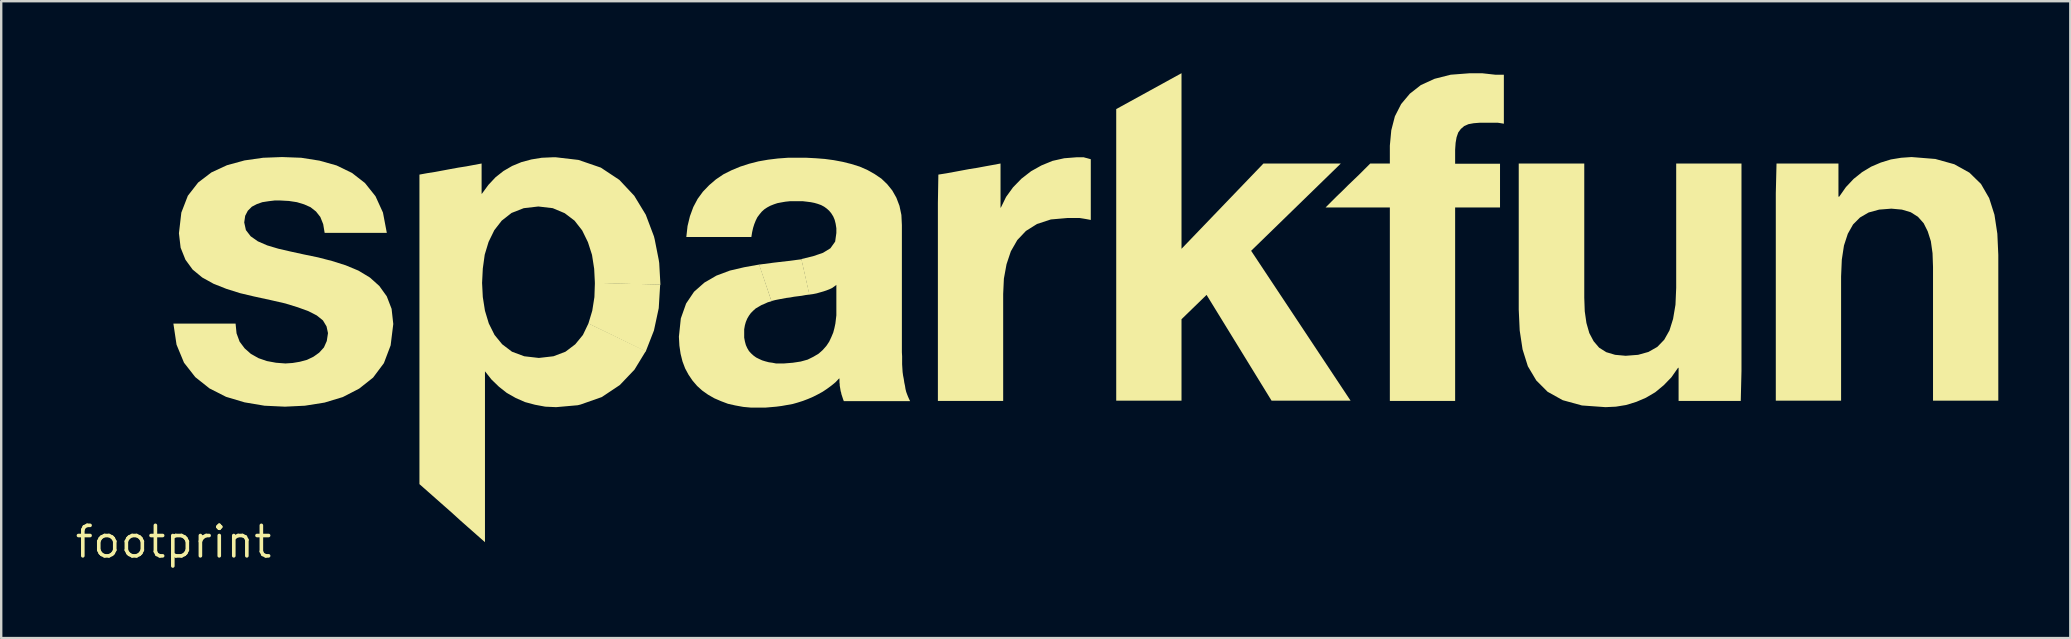
<source format=kicad_pcb>
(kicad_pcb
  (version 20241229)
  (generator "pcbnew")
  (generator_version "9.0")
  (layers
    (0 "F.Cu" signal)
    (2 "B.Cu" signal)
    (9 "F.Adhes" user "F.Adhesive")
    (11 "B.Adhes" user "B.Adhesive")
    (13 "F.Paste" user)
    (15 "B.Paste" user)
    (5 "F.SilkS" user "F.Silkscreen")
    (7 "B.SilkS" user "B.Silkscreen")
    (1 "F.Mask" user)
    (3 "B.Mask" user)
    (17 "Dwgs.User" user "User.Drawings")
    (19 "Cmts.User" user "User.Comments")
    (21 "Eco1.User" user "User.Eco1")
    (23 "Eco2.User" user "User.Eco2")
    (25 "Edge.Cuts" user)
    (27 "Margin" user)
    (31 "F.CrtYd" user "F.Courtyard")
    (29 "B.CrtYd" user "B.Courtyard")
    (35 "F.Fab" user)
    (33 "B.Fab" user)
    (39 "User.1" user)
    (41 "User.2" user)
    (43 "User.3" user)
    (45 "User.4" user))
  (footprint "footprint"
    (layer "F.Cu")
    (at 4.18 19.528)
    (property "Reference" "footprint" (at 0 0 0) (layer "F.SilkS") (effects (font (size 1.27 1.27) (thickness 0.15))))
    (fp_poly (pts (xy 20.275 -10.725) (xy 20.215 -9.739) (xy 20.015 -8.809) (xy 19.673 -7.933) (xy 17.284 -9.097) (xy 17.445 -9.631) (xy 17.535 -10.2) (xy 17.555 -10.795)) (stroke (width 0) (type solid)) (fill yes) (layer "F.SilkS"))
    (fp_poly (pts (xy 41.995 -12.212) (xy 45.408 -15.765) (xy 48.632 -15.765) (xy 44.896 -12.129) (xy 49.039 -5.885) (xy 45.747 -5.885) (xy 43.039 -10.292) (xy 41.995 -9.278) (xy 41.995 -5.885) (xy 39.275 -5.885) (xy 39.275 -18.033) (xy 41.995 -19.528)) (stroke (width 0) (type solid)) (fill yes) (layer "F.SilkS"))
    (fp_poly (pts (xy 26.496 -10.306) (xy 26.331 -10.285) (xy 26.171 -10.255) (xy 25.851 -10.215) (xy 25.691 -10.185) (xy 25.531 -10.165) (xy 25.211 -10.105) (xy 25.061 -10.075) (xy 24.907 -10.034) (xy 24.393 -11.554) (xy 25.009 -11.635) (xy 25.609 -11.705) (xy 26.164 -11.776)) (stroke (width 0) (type solid)) (fill yes) (layer "F.SilkS"))
    (fp_poly (pts (xy 37.991 -16.005) (xy 38.071 -15.985) (xy 38.141 -15.965) (xy 38.215 -15.944) (xy 38.215 -13.414) (xy 38.109 -13.435) (xy 37.999 -13.455) (xy 37.879 -13.475) (xy 37.75 -13.495) (xy 37.24 -13.495) (xy 36.551 -13.435) (xy 35.972 -13.245) (xy 35.513 -12.956) (xy 35.154 -12.577) (xy 34.885 -12.108) (xy 34.705 -11.569) (xy 34.595 -10.969) (xy 34.565 -10.33) (xy 34.565 -5.875) (xy 31.845 -5.875) (xy 31.845 -14.12) (xy 31.865 -15.304) (xy 32.189 -15.355) (xy 32.519 -15.415) (xy 32.839 -15.475) (xy 33.159 -15.535) (xy 33.479 -15.585) (xy 33.799 -15.645) (xy 34.129 -15.705) (xy 34.455 -15.766) (xy 34.455 -13.925) (xy 34.467 -13.925) (xy 34.686 -14.373) (xy 34.976 -14.773) (xy 35.327 -15.134) (xy 35.727 -15.444) (xy 36.158 -15.685) (xy 36.618 -15.875) (xy 37.109 -15.985) (xy 37.62 -16.025) (xy 37.921 -16.025)) (stroke (width 0) (type solid)) (fill yes) (layer "F.SilkS"))
    (fp_poly (pts (xy 54.711 -19.505) (xy 55.07 -19.465) (xy 55.425 -19.465) (xy 55.425 -17.424) (xy 55.299 -17.445) (xy 55.17 -17.465) (xy 54.43 -17.465) (xy 54.171 -17.445) (xy 53.951 -17.405) (xy 53.773 -17.326) (xy 53.634 -17.207) (xy 53.524 -17.058) (xy 53.455 -16.859) (xy 53.415 -16.629) (xy 53.395 -16.34) (xy 53.395 -15.755) (xy 55.265 -15.755) (xy 55.265 -13.935) (xy 53.395 -13.935) (xy 53.395 -5.875) (xy 50.675 -5.875) (xy 50.675 -13.935) (xy 47.998 -13.935) (xy 48.236 -14.174) (xy 48.467 -14.404) (xy 48.696 -14.624) (xy 48.927 -14.854) (xy 49.167 -15.084) (xy 49.396 -15.304) (xy 49.626 -15.534) (xy 49.858 -15.765) (xy 50.675 -15.765) (xy 50.675 -16.51) (xy 50.735 -17.151) (xy 50.885 -17.732) (xy 51.146 -18.243) (xy 51.507 -18.674) (xy 51.967 -19.034) (xy 52.538 -19.295) (xy 53.209 -19.465) (xy 53.99 -19.525) (xy 54.53 -19.525)) (stroke (width 0) (type solid)) (fill yes) (layer "F.SilkS"))
    (fp_poly (pts (xy 58.775 -10.18) (xy 58.795 -9.61) (xy 58.865 -9.121) (xy 58.985 -8.702) (xy 59.164 -8.363) (xy 59.393 -8.094) (xy 59.692 -7.905) (xy 60.061 -7.795) (xy 60.5 -7.755) (xy 61.019 -7.795) (xy 61.448 -7.915) (xy 61.817 -8.124) (xy 62.106 -8.423) (xy 62.325 -8.812) (xy 62.475 -9.291) (xy 62.575 -9.881) (xy 62.605 -10.58) (xy 62.605 -15.765) (xy 65.325 -15.765) (xy 65.325 -7.12) (xy 65.295 -5.875) (xy 62.705 -5.875) (xy 62.705 -7.255) (xy 62.683 -7.255) (xy 62.404 -6.857) (xy 62.083 -6.526) (xy 61.733 -6.236) (xy 61.342 -6.006) (xy 60.942 -5.835) (xy 60.521 -5.705) (xy 60.091 -5.635) (xy 59.66 -5.615) (xy 58.679 -5.685) (xy 57.878 -5.905) (xy 57.247 -6.256) (xy 56.776 -6.727) (xy 56.425 -7.318) (xy 56.205 -8.019) (xy 56.085 -8.81) (xy 56.045 -9.68) (xy 56.045 -15.765) (xy 58.775 -15.765)) (stroke (width 0) (type solid)) (fill yes) (layer "F.SilkS"))
    (fp_poly (pts (xy 73.401 -15.955) (xy 74.192 -15.735) (xy 74.823 -15.384) (xy 75.304 -14.913) (xy 75.645 -14.322) (xy 75.865 -13.631) (xy 75.985 -12.84) (xy 76.025 -11.96) (xy 76.025 -5.885) (xy 73.305 -5.885) (xy 73.305 -11.46) (xy 73.285 -12.03) (xy 73.215 -12.529) (xy 73.085 -12.938) (xy 72.916 -13.277) (xy 72.677 -13.546) (xy 72.378 -13.735) (xy 72.009 -13.845) (xy 71.57 -13.885) (xy 71.061 -13.845) (xy 70.622 -13.725) (xy 70.263 -13.516) (xy 69.974 -13.227) (xy 69.755 -12.838) (xy 69.595 -12.349) (xy 69.505 -11.76) (xy 69.475 -11.06) (xy 69.475 -5.885) (xy 66.755 -5.885) (xy 66.755 -14.52) (xy 66.785 -15.765) (xy 69.365 -15.765) (xy 69.365 -14.385) (xy 69.397 -14.385) (xy 69.676 -14.783) (xy 69.997 -15.124) (xy 70.347 -15.404) (xy 70.728 -15.634) (xy 71.128 -15.805) (xy 71.549 -15.935) (xy 71.979 -16.005) (xy 72.41 -16.035)) (stroke (width 0) (type solid)) (fill yes) (layer "F.SilkS"))
    (fp_poly (pts (xy 16.871 -15.915) (xy 17.802 -15.595) (xy 18.573 -15.084) (xy 19.194 -14.423) (xy 19.675 -13.632) (xy 20.015 -12.731) (xy 20.045 -12.611) (xy 20.215 -11.751) (xy 20.235 -11.621) (xy 20.285 -10.715) (xy 17.555 -10.785) (xy 17.525 -11.379) (xy 17.435 -11.959) (xy 17.265 -12.488) (xy 17.026 -12.977) (xy 16.706 -13.386) (xy 16.297 -13.696) (xy 15.799 -13.905) (xy 15.2 -13.975) (xy 14.591 -13.905) (xy 14.083 -13.706) (xy 13.674 -13.386) (xy 13.364 -12.987) (xy 13.125 -12.498) (xy 12.965 -11.969) (xy 12.885 -11.39) (xy 12.855 -10.79) (xy 12.885 -10.201) (xy 12.975 -9.631) (xy 13.135 -9.102) (xy 13.374 -8.623) (xy 13.693 -8.234) (xy 14.102 -7.924) (xy 14.611 -7.735) (xy 15.22 -7.665) (xy 15.829 -7.735) (xy 16.328 -7.924) (xy 16.737 -8.234) (xy 17.056 -8.623) (xy 17.288 -9.107) (xy 19.677 -7.952) (xy 19.204 -7.177) (xy 18.593 -6.536) (xy 17.842 -6.035) (xy 16.961 -5.725) (xy 16.841 -5.695) (xy 15.94 -5.615) (xy 15.489 -5.635) (xy 15.059 -5.715) (xy 14.648 -5.825) (xy 14.258 -5.996) (xy 13.887 -6.206) (xy 13.557 -6.466) (xy 13.246 -6.767) (xy 12.978 -7.105) (xy 12.975 -7.105) (xy 12.975 0.011) (xy 12.627 -0.296) (xy 12.287 -0.596) (xy 11.947 -0.896) (xy 11.607 -1.206) (xy 10.587 -2.106) (xy 10.245 -2.408) (xy 10.245 -15.304) (xy 10.579 -15.365) (xy 10.899 -15.415) (xy 11.219 -15.475) (xy 11.539 -15.535) (xy 11.869 -15.595) (xy 12.189 -15.645) (xy 12.509 -15.705) (xy 12.835 -15.766) (xy 12.835 -14.505) (xy 12.847 -14.505) (xy 13.116 -14.873) (xy 13.417 -15.194) (xy 13.747 -15.454) (xy 14.108 -15.664) (xy 14.498 -15.825) (xy 14.909 -15.935) (xy 15.339 -16.005) (xy 15.79 -16.025) (xy 15.93 -16.025)) (stroke (width 0) (type solid)) (fill yes) (layer "F.SilkS"))
    (fp_poly (pts (xy 5.32 -16.005) (xy 6.081 -15.885) (xy 6.792 -15.685) (xy 7.433 -15.374) (xy 7.974 -14.954) (xy 8.414 -14.403) (xy 8.725 -13.722) (xy 8.886 -12.875) (xy 6.296 -12.875) (xy 6.235 -13.239) (xy 6.116 -13.537) (xy 5.936 -13.766) (xy 5.707 -13.946) (xy 5.438 -14.065) (xy 5.139 -14.155) (xy 4.809 -14.205) (xy 4.45 -14.225) (xy 4.21 -14.225) (xy 3.961 -14.195) (xy 3.701 -14.155) (xy 3.472 -14.075) (xy 3.263 -13.966) (xy 3.094 -13.797) (xy 2.985 -13.588) (xy 2.945 -13.31) (xy 3.015 -12.992) (xy 3.213 -12.734) (xy 3.512 -12.524) (xy 3.902 -12.355) (xy 4.371 -12.215) (xy 4.891 -12.095) (xy 5.441 -11.975) (xy 6.021 -11.855) (xy 6.601 -11.705) (xy 7.172 -11.525) (xy 7.702 -11.304) (xy 8.183 -11.014) (xy 8.574 -10.663) (xy 8.884 -10.232) (xy 9.085 -9.711) (xy 9.155 -9.08) (xy 9.045 -8.189) (xy 8.764 -7.448) (xy 8.314 -6.846) (xy 7.733 -6.386) (xy 7.052 -6.035) (xy 6.291 -5.805) (xy 5.471 -5.675) (xy 4.64 -5.635) (xy 3.789 -5.675) (xy 2.959 -5.815) (xy 2.188 -6.045) (xy 1.497 -6.396) (xy 0.906 -6.866) (xy 0.436 -7.467) (xy 0.125 -8.219) (xy -0.006 -9.095) (xy 2.585 -9.095) (xy 2.625 -8.691) (xy 2.754 -8.342) (xy 2.964 -8.063) (xy 3.223 -7.834) (xy 3.542 -7.655) (xy 3.891 -7.535) (xy 4.271 -7.465) (xy 4.66 -7.435) (xy 4.959 -7.455) (xy 5.259 -7.505) (xy 5.558 -7.585) (xy 5.827 -7.714) (xy 6.067 -7.884) (xy 6.266 -8.103) (xy 6.385 -8.371) (xy 6.435 -8.7) (xy 6.375 -8.978) (xy 6.226 -9.227) (xy 5.967 -9.436) (xy 5.618 -9.615) (xy 5.178 -9.775) (xy 4.659 -9.935) (xy 4.049 -10.075) (xy 3.359 -10.225) (xy 2.769 -10.365) (xy 2.198 -10.545) (xy 1.668 -10.755) (xy 1.197 -11.016) (xy 0.796 -11.347) (xy 0.496 -11.758) (xy 0.295 -12.259) (xy 0.225 -12.86) (xy 0.325 -13.721) (xy 0.596 -14.422) (xy 1.026 -14.974) (xy 1.577 -15.394) (xy 2.228 -15.695) (xy 2.959 -15.895) (xy 3.73 -16.005) (xy 4.52 -16.035)) (stroke (width 0) (type solid)) (fill yes) (layer "F.SilkS"))
    (fp_poly (pts (xy 25.111 -5.635) (xy 24.88 -5.615) (xy 24.65 -5.595) (xy 24.07 -5.595) (xy 23.739 -5.625) (xy 23.409 -5.685) (xy 23.099 -5.755) (xy 22.808 -5.865) (xy 22.528 -5.986) (xy 22.267 -6.136) (xy 22.027 -6.306) (xy 21.816 -6.496) (xy 21.626 -6.717) (xy 21.456 -6.967) (xy 21.315 -7.228) (xy 21.205 -7.519) (xy 21.125 -7.839) (xy 21.075 -8.18) (xy 21.055 -8.55) (xy 21.135 -9.311) (xy 21.355 -9.932) (xy 21.686 -10.423) (xy 22.117 -10.804) (xy 22.618 -11.095) (xy 23.179 -11.305) (xy 23.779 -11.445) (xy 24.403 -11.556) (xy 24.916 -10.027) (xy 24.762 -9.985) (xy 24.632 -9.925) (xy 24.492 -9.866) (xy 24.253 -9.726) (xy 24.153 -9.636) (xy 24.054 -9.537) (xy 23.974 -9.427) (xy 23.904 -9.308) (xy 23.845 -9.168) (xy 23.805 -9.029) (xy 23.775 -8.86) (xy 23.775 -8.51) (xy 23.805 -8.351) (xy 23.845 -8.202) (xy 23.904 -8.072) (xy 23.974 -7.953) (xy 24.064 -7.854) (xy 24.163 -7.764) (xy 24.273 -7.684) (xy 24.392 -7.625) (xy 24.522 -7.565) (xy 24.651 -7.525) (xy 24.801 -7.485) (xy 24.951 -7.465) (xy 25.1 -7.435) (xy 25.43 -7.435) (xy 25.799 -7.465) (xy 26.129 -7.515) (xy 26.418 -7.595) (xy 26.658 -7.714) (xy 26.877 -7.844) (xy 27.046 -7.994) (xy 27.196 -8.163) (xy 27.316 -8.342) (xy 27.405 -8.532) (xy 27.485 -8.722) (xy 27.535 -8.911) (xy 27.575 -9.101) (xy 27.615 -9.44) (xy 27.615 -10.71) (xy 27.533 -10.646) (xy 27.432 -10.576) (xy 27.322 -10.525) (xy 27.192 -10.475) (xy 27.071 -10.435) (xy 26.931 -10.395) (xy 26.791 -10.355) (xy 26.641 -10.325) (xy 26.486 -10.304) (xy 26.154 -11.784) (xy 26.649 -11.905) (xy 27.058 -12.045) (xy 27.367 -12.234) (xy 27.565 -12.512) (xy 27.615 -12.87) (xy 27.615 -13.07) (xy 27.585 -13.259) (xy 27.545 -13.418) (xy 27.486 -13.558) (xy 27.406 -13.687) (xy 27.316 -13.797) (xy 27.217 -13.886) (xy 27.107 -13.966) (xy 26.978 -14.035) (xy 26.838 -14.085) (xy 26.699 -14.125) (xy 26.549 -14.155) (xy 26.389 -14.175) (xy 26.22 -14.195) (xy 25.68 -14.195) (xy 25.491 -14.175) (xy 25.321 -14.145) (xy 25.161 -14.115) (xy 25.012 -14.065) (xy 24.862 -14.005) (xy 24.733 -13.936) (xy 24.613 -13.856) (xy 24.504 -13.757) (xy 24.414 -13.647) (xy 24.324 -13.527) (xy 24.255 -13.388) (xy 24.195 -13.238) (xy 24.145 -13.079) (xy 24.105 -12.899) (xy 24.074 -12.705) (xy 21.364 -12.705) (xy 21.415 -13.161) (xy 21.515 -13.571) (xy 21.655 -13.952) (xy 21.836 -14.293) (xy 22.056 -14.593) (xy 22.317 -14.864) (xy 22.597 -15.104) (xy 22.907 -15.314) (xy 23.248 -15.485) (xy 23.608 -15.635) (xy 23.979 -15.755) (xy 24.369 -15.855) (xy 24.769 -15.925) (xy 25.18 -15.975) (xy 25.59 -16.005) (xy 26.38 -16.005) (xy 26.76 -15.985) (xy 27.141 -15.955) (xy 27.511 -15.905) (xy 27.881 -15.835) (xy 28.241 -15.745) (xy 28.592 -15.635) (xy 28.912 -15.494) (xy 29.213 -15.324) (xy 29.493 -15.134) (xy 29.734 -14.903) (xy 29.944 -14.643) (xy 30.115 -14.342) (xy 30.245 -14.001) (xy 30.325 -13.621) (xy 30.345 -13.2) (xy 30.345 -7.9) (xy 30.355 -7.73) (xy 30.355 -7.4) (xy 30.375 -7.08) (xy 30.395 -6.931) (xy 30.425 -6.781) (xy 30.445 -6.641) (xy 30.475 -6.501) (xy 30.495 -6.371) (xy 30.525 -6.251) (xy 30.565 -6.142) (xy 30.605 -6.042) (xy 30.645 -5.952) (xy 30.688 -5.865) (xy 27.927 -5.865) (xy 27.905 -5.918) (xy 27.885 -5.978) (xy 27.825 -6.159) (xy 27.815 -6.219) (xy 27.795 -6.279) (xy 27.785 -6.339) (xy 27.755 -6.52) (xy 27.755 -6.58) (xy 27.745 -6.64) (xy 27.745 -6.77) (xy 27.737 -6.819) (xy 27.583 -6.656) (xy 27.413 -6.516) (xy 27.223 -6.376) (xy 27.043 -6.256) (xy 26.842 -6.146) (xy 26.642 -6.045) (xy 26.432 -5.955) (xy 26.222 -5.875) (xy 26.001 -5.805) (xy 25.791 -5.745) (xy 25.561 -5.705) (xy 25.341 -5.665)) (stroke (width 0) (type solid)) (fill yes) (layer "F.SilkS")))
  (gr_rect
    (start -3 -3)
    (end 83.205 23.535)
    (stroke (width 0.1) (type default))
    (fill no)
    (layer "Edge.Cuts")))
</source>
